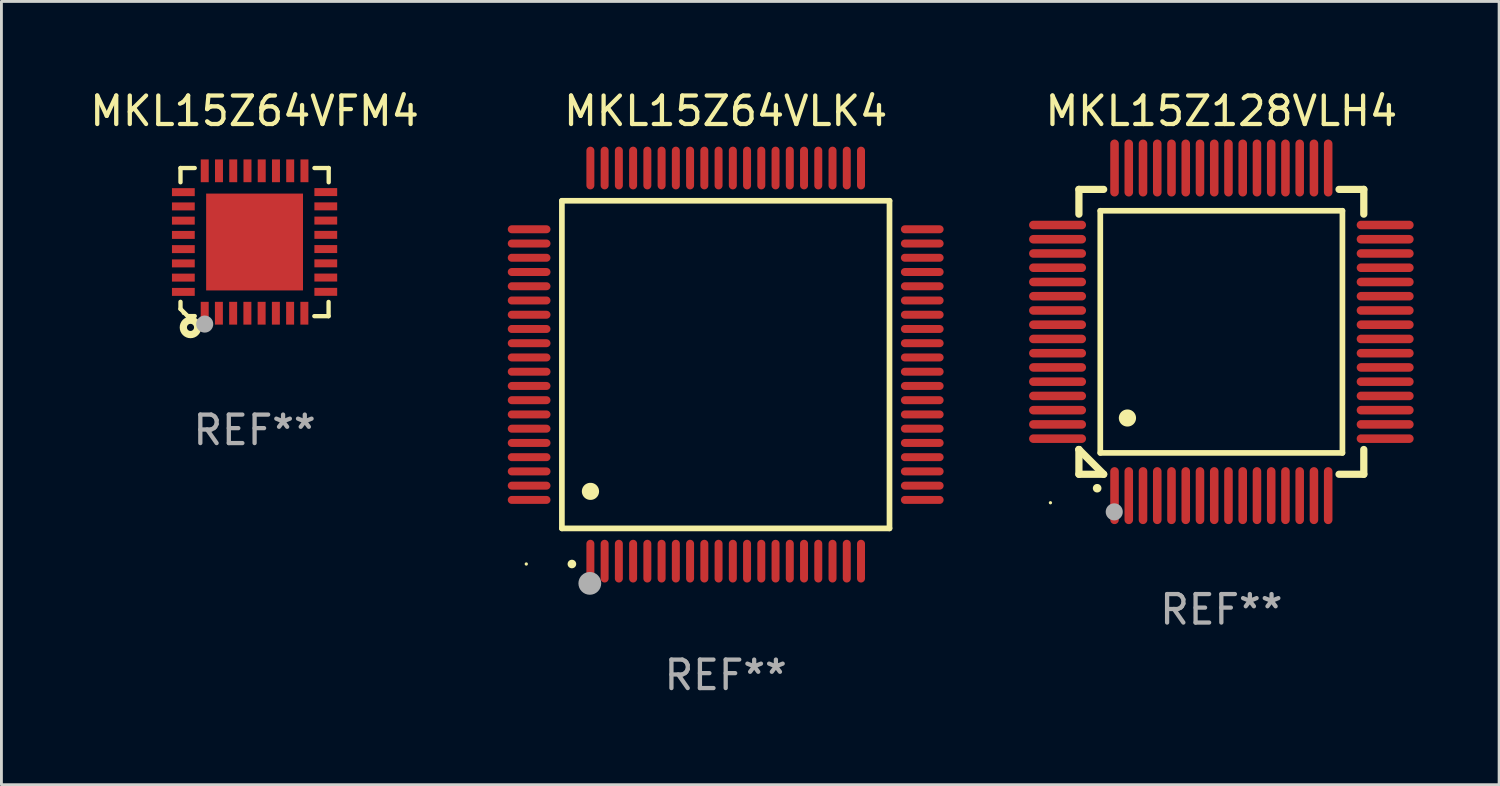
<source format=kicad_pcb>
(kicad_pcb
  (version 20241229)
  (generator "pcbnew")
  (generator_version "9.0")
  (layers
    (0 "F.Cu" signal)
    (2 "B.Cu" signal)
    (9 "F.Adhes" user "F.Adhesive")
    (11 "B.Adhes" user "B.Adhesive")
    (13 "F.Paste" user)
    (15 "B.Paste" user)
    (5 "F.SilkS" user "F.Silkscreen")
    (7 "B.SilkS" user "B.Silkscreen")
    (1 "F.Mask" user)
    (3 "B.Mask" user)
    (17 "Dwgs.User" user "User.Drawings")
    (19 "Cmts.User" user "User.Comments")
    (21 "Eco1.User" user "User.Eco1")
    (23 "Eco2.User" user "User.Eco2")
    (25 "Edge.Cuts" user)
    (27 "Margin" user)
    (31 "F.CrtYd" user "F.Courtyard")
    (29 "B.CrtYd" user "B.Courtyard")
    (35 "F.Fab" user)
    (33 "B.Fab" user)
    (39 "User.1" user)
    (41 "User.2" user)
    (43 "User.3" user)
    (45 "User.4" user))
  (footprint "MKL15Z128VLH4"
    (layer "F.Cu")
    (at 39.823 8.598)
    (property "Reference" "MKL15Z128VLH4" (at 0 -7.75 0) (layer "F.SilkS") (effects (font (size 1 1) (thickness 0.15))))
    (attr through_hole)
    (fp_line (start -5 -5) (end -4.131 -5) (stroke (width 0.254) (type solid)) (layer "F.SilkS"))
    (fp_line (start -5 -4.131) (end -5 -5) (stroke (width 0.254) (type solid)) (layer "F.SilkS"))
    (fp_line (start -5 4.131) (end -5 4.131) (stroke (width 0.254) (type solid)) (layer "F.SilkS"))
    (fp_line (start -5 5) (end -5 4.131) (stroke (width 0.254) (type solid)) (layer "F.SilkS"))
    (fp_line (start -5 4.131) (end -4.131 5) (stroke (width 0.254) (type solid)) (layer "F.SilkS"))
    (fp_line (start -4.25 -4.25) (end -4.25 4.25) (stroke (width 0.2) (type solid)) (layer "F.SilkS"))
    (fp_line (start -4.25 4.25) (end 4.25 4.25) (stroke (width 0.2) (type solid)) (layer "F.SilkS"))
    (fp_line (start -4.131 5) (end -5 5) (stroke (width 0.254) (type solid)) (layer "F.SilkS"))
    (fp_line (start 4.25 -4.25) (end -4.25 -4.25) (stroke (width 0.2) (type solid)) (layer "F.SilkS"))
    (fp_line (start 4.25 4.25) (end 4.25 -4.25) (stroke (width 0.2) (type solid)) (layer "F.SilkS"))
    (fp_line (start 5 -5) (end 4.131 -5) (stroke (width 0.254) (type solid)) (layer "F.SilkS"))
    (fp_line (start 5 -5) (end 5 -4.131) (stroke (width 0.254) (type solid)) (layer "F.SilkS"))
    (fp_line (start 5 4.131) (end 5 5) (stroke (width 0.254) (type solid)) (layer "F.SilkS"))
    (fp_line (start 5 5) (end 4.131 5) (stroke (width 0.254) (type solid)) (layer "F.SilkS"))
    (fp_arc (start -4.361265 5.489992) (mid -4.359995 5.489987) (end -4.358725 5.489992) (stroke (width 0.3) (type solid)) (layer "F.SilkS"))
    (fp_arc (start -3.299467 3.025146) (mid -3.296927 3.025135) (end -3.294387 3.025146) (stroke (width 0.6) (type solid)) (layer "F.SilkS"))
    (fp_circle (center -6 6) (end -5.97 6) (stroke (width 0.06) (type solid)) (fill no) (layer "F.SilkS"))
    (fp_circle (center -3.76 6.32) (end -3.61 6.32) (stroke (width 0.3) (type solid)) (fill no) (layer "F.Fab"))
    (fp_text user "REF**" (at 0 9.75 0) (layer "F.Fab") (effects (font (size 1 1) (thickness 0.15))))
    (pad "1" smd oval (at -3.75 5.75) (size 0.3 2) (layers "F.Cu" "F.Mask" "F.Paste"))
    (pad "2" smd oval (at -3.25 5.75) (size 0.3 2) (layers "F.Cu" "F.Mask" "F.Paste"))
    (pad "3" smd oval (at -2.75 5.75) (size 0.3 2) (layers "F.Cu" "F.Mask" "F.Paste"))
    (pad "4" smd oval (at -2.25 5.75) (size 0.3 2) (layers "F.Cu" "F.Mask" "F.Paste"))
    (pad "5" smd oval (at -1.75 5.75) (size 0.3 2) (layers "F.Cu" "F.Mask" "F.Paste"))
    (pad "6" smd oval (at -1.25 5.75) (size 0.3 2) (layers "F.Cu" "F.Mask" "F.Paste"))
    (pad "7" smd oval (at -0.75 5.75) (size 0.3 2) (layers "F.Cu" "F.Mask" "F.Paste"))
    (pad "8" smd oval (at -0.25 5.75) (size 0.3 2) (layers "F.Cu" "F.Mask" "F.Paste"))
    (pad "9" smd oval (at 0.25 5.75) (size 0.3 2) (layers "F.Cu" "F.Mask" "F.Paste"))
    (pad "10" smd oval (at 0.75 5.75) (size 0.3 2) (layers "F.Cu" "F.Mask" "F.Paste"))
    (pad "11" smd oval (at 1.25 5.75) (size 0.3 2) (layers "F.Cu" "F.Mask" "F.Paste"))
    (pad "12" smd oval (at 1.75 5.75) (size 0.3 2) (layers "F.Cu" "F.Mask" "F.Paste"))
    (pad "13" smd oval (at 2.25 5.75) (size 0.3 2) (layers "F.Cu" "F.Mask" "F.Paste"))
    (pad "14" smd oval (at 2.75 5.75) (size 0.3 2) (layers "F.Cu" "F.Mask" "F.Paste"))
    (pad "15" smd oval (at 3.25 5.75) (size 0.3 2) (layers "F.Cu" "F.Mask" "F.Paste"))
    (pad "16" smd oval (at 3.75 5.75) (size 0.3 2) (layers "F.Cu" "F.Mask" "F.Paste"))
    (pad "17" smd oval (at 5.75 3.75) (size 2 0.3) (layers "F.Cu" "F.Mask" "F.Paste"))
    (pad "18" smd oval (at 5.75 3.25) (size 2 0.3) (layers "F.Cu" "F.Mask" "F.Paste"))
    (pad "19" smd oval (at 5.75 2.75) (size 2 0.3) (layers "F.Cu" "F.Mask" "F.Paste"))
    (pad "20" smd oval (at 5.75 2.25) (size 2 0.3) (layers "F.Cu" "F.Mask" "F.Paste"))
    (pad "21" smd oval (at 5.75 1.75) (size 2 0.3) (layers "F.Cu" "F.Mask" "F.Paste"))
    (pad "22" smd oval (at 5.75 1.25) (size 2 0.3) (layers "F.Cu" "F.Mask" "F.Paste"))
    (pad "23" smd oval (at 5.75 0.75) (size 2 0.3) (layers "F.Cu" "F.Mask" "F.Paste"))
    (pad "24" smd oval (at 5.75 0.25) (size 2 0.3) (layers "F.Cu" "F.Mask" "F.Paste"))
    (pad "25" smd oval (at 5.75 -0.25) (size 2 0.3) (layers "F.Cu" "F.Mask" "F.Paste"))
    (pad "26" smd oval (at 5.75 -0.75) (size 2 0.3) (layers "F.Cu" "F.Mask" "F.Paste"))
    (pad "27" smd oval (at 5.75 -1.25) (size 2 0.3) (layers "F.Cu" "F.Mask" "F.Paste"))
    (pad "28" smd oval (at 5.75 -1.75) (size 2 0.3) (layers "F.Cu" "F.Mask" "F.Paste"))
    (pad "29" smd oval (at 5.75 -2.25) (size 2 0.3) (layers "F.Cu" "F.Mask" "F.Paste"))
    (pad "30" smd oval (at 5.75 -2.75) (size 2 0.3) (layers "F.Cu" "F.Mask" "F.Paste"))
    (pad "31" smd oval (at 5.75 -3.25) (size 2 0.3) (layers "F.Cu" "F.Mask" "F.Paste"))
    (pad "32" smd oval (at 5.75 -3.75) (size 2 0.3) (layers "F.Cu" "F.Mask" "F.Paste"))
    (pad "33" smd oval (at 3.75 -5.75) (size 0.3 2) (layers "F.Cu" "F.Mask" "F.Paste"))
    (pad "34" smd oval (at 3.25 -5.75) (size 0.3 2) (layers "F.Cu" "F.Mask" "F.Paste"))
    (pad "35" smd oval (at 2.75 -5.75) (size 0.3 2) (layers "F.Cu" "F.Mask" "F.Paste"))
    (pad "36" smd oval (at 2.25 -5.75) (size 0.3 2) (layers "F.Cu" "F.Mask" "F.Paste"))
    (pad "37" smd oval (at 1.75 -5.75) (size 0.3 2) (layers "F.Cu" "F.Mask" "F.Paste"))
    (pad "38" smd oval (at 1.25 -5.75) (size 0.3 2) (layers "F.Cu" "F.Mask" "F.Paste"))
    (pad "39" smd oval (at 0.75 -5.75) (size 0.3 2) (layers "F.Cu" "F.Mask" "F.Paste"))
    (pad "40" smd oval (at 0.25 -5.75) (size 0.3 2) (layers "F.Cu" "F.Mask" "F.Paste"))
    (pad "41" smd oval (at -0.25 -5.75) (size 0.3 2) (layers "F.Cu" "F.Mask" "F.Paste"))
    (pad "42" smd oval (at -0.75 -5.75) (size 0.3 2) (layers "F.Cu" "F.Mask" "F.Paste"))
    (pad "43" smd oval (at -1.25 -5.75) (size 0.3 2) (layers "F.Cu" "F.Mask" "F.Paste"))
    (pad "44" smd oval (at -1.75 -5.75) (size 0.3 2) (layers "F.Cu" "F.Mask" "F.Paste"))
    (pad "45" smd oval (at -2.25 -5.75) (size 0.3 2) (layers "F.Cu" "F.Mask" "F.Paste"))
    (pad "46" smd oval (at -2.75 -5.75) (size 0.3 2) (layers "F.Cu" "F.Mask" "F.Paste"))
    (pad "47" smd oval (at -3.25 -5.75) (size 0.3 2) (layers "F.Cu" "F.Mask" "F.Paste"))
    (pad "48" smd oval (at -3.75 -5.75) (size 0.3 2) (layers "F.Cu" "F.Mask" "F.Paste"))
    (pad "49" smd oval (at -5.75 -3.75) (size 2 0.3) (layers "F.Cu" "F.Mask" "F.Paste"))
    (pad "50" smd oval (at -5.75 -3.25) (size 2 0.3) (layers "F.Cu" "F.Mask" "F.Paste"))
    (pad "51" smd oval (at -5.75 -2.75) (size 2 0.3) (layers "F.Cu" "F.Mask" "F.Paste"))
    (pad "52" smd oval (at -5.75 -2.25) (size 2 0.3) (layers "F.Cu" "F.Mask" "F.Paste"))
    (pad "53" smd oval (at -5.75 -1.75) (size 2 0.3) (layers "F.Cu" "F.Mask" "F.Paste"))
    (pad "54" smd oval (at -5.75 -1.25) (size 2 0.3) (layers "F.Cu" "F.Mask" "F.Paste"))
    (pad "55" smd oval (at -5.75 -0.75) (size 2 0.3) (layers "F.Cu" "F.Mask" "F.Paste"))
    (pad "56" smd oval (at -5.75 -0.25) (size 2 0.3) (layers "F.Cu" "F.Mask" "F.Paste"))
    (pad "57" smd oval (at -5.75 0.25) (size 2 0.3) (layers "F.Cu" "F.Mask" "F.Paste"))
    (pad "58" smd oval (at -5.75 0.75) (size 2 0.3) (layers "F.Cu" "F.Mask" "F.Paste"))
    (pad "59" smd oval (at -5.75 1.25) (size 2 0.3) (layers "F.Cu" "F.Mask" "F.Paste"))
    (pad "60" smd oval (at -5.75 1.75) (size 2 0.3) (layers "F.Cu" "F.Mask" "F.Paste"))
    (pad "61" smd oval (at -5.75 2.25) (size 2 0.3) (layers "F.Cu" "F.Mask" "F.Paste"))
    (pad "62" smd oval (at -5.75 2.75) (size 2 0.3) (layers "F.Cu" "F.Mask" "F.Paste"))
    (pad "63" smd oval (at -5.75 3.25) (size 2 0.3) (layers "F.Cu" "F.Mask" "F.Paste"))
    (pad "64" smd oval (at -5.75 3.75) (size 2 0.3) (layers "F.Cu" "F.Mask" "F.Paste")))
  (footprint "MKL15Z64VFM4"
    (layer "F.Cu")
    (at 5.887 5.448)
    (property "Reference" "MKL15Z64VFM4" (at 0 -4.6 0) (layer "F.SilkS") (effects (font (size 1 1) (thickness 0.15))))
    (attr through_hole)
    (fp_line (start -2.601 2.097) (end -2.601 2.347) (stroke (width 0.152) (type solid)) (layer "F.SilkS"))
    (fp_line (start -2.601 2.347) (end -2.351 2.597) (stroke (width 0.152) (type solid)) (layer "F.SilkS"))
    (fp_line (start -2.601 -2.6) (end -2.601 -2.1) (stroke (width 0.152) (type solid)) (layer "F.SilkS"))
    (fp_line (start -2.601 -2.6) (end -2.101 -2.6) (stroke (width 0.152) (type solid)) (layer "F.SilkS"))
    (fp_line (start -2.351 2.597) (end -2.101 2.597) (stroke (width 0.152) (type solid)) (layer "F.SilkS"))
    (fp_line (start 2.597 2.6) (end 2.097 2.6) (stroke (width 0.152) (type solid)) (layer "F.SilkS"))
    (fp_line (start 2.597 2.6) (end 2.597 2.1) (stroke (width 0.152) (type solid)) (layer "F.SilkS"))
    (fp_line (start 2.601 -2.6) (end 2.101 -2.6) (stroke (width 0.152) (type solid)) (layer "F.SilkS"))
    (fp_line (start 2.601 -2.6) (end 2.601 -2.1) (stroke (width 0.152) (type solid)) (layer "F.SilkS"))
    (fp_circle (center -2.501 2.497) (end -2.471 2.497) (stroke (width 0.06) (type solid)) (fill no) (layer "F.SilkS"))
    (fp_circle (center -2.25 2.995) (end -2.125 2.995) (stroke (width 0.254) (type solid)) (fill no) (layer "F.SilkS"))
    (fp_circle (center -1.751 2.878) (end -1.601 2.878) (stroke (width 0.3) (type solid)) (fill no) (layer "F.Fab"))
    (fp_text user "REF**" (at 0 6.6 0) (layer "F.Fab") (effects (font (size 1 1) (thickness 0.15))))
    (pad "1" smd rect (at -1.751 2.497) (size 0.28 0.8) (layers "F.Cu" "F.Mask" "F.Paste"))
    (pad "2" smd rect (at -1.253 2.497) (size 0.28 0.8) (layers "F.Cu" "F.Mask" "F.Paste"))
    (pad "3" smd rect (at -0.753 2.497) (size 0.28 0.8) (layers "F.Cu" "F.Mask" "F.Paste"))
    (pad "4" smd rect (at -0.253 2.497) (size 0.28 0.8) (layers "F.Cu" "F.Mask" "F.Paste"))
    (pad "5" smd rect (at 0.247 2.497) (size 0.28 0.8) (layers "F.Cu" "F.Mask" "F.Paste"))
    (pad "6" smd rect (at 0.747 2.497) (size 0.28 0.8) (layers "F.Cu" "F.Mask" "F.Paste"))
    (pad "7" smd rect (at 1.247 2.497) (size 0.28 0.8) (layers "F.Cu" "F.Mask" "F.Paste"))
    (pad "8" smd rect (at 1.747 2.497) (size 0.28 0.8) (layers "F.Cu" "F.Mask" "F.Paste"))
    (pad "9" smd rect (at 2.499 1.746) (size 0.8 0.28) (layers "F.Cu" "F.Mask" "F.Paste"))
    (pad "10" smd rect (at 2.499 1.245) (size 0.8 0.28) (layers "F.Cu" "F.Mask" "F.Paste"))
    (pad "11" smd rect (at 2.499 0.746) (size 0.8 0.28) (layers "F.Cu" "F.Mask" "F.Paste"))
    (pad "12" smd rect (at 2.499 0.245) (size 0.8 0.28) (layers "F.Cu" "F.Mask" "F.Paste"))
    (pad "13" smd rect (at 2.499 -0.254) (size 0.8 0.28) (layers "F.Cu" "F.Mask" "F.Paste"))
    (pad "14" smd rect (at 2.499 -0.755) (size 0.8 0.28) (layers "F.Cu" "F.Mask" "F.Paste"))
    (pad "15" smd rect (at 2.499 -1.254) (size 0.8 0.28) (layers "F.Cu" "F.Mask" "F.Paste"))
    (pad "16" smd rect (at 2.499 -1.755) (size 0.8 0.28) (layers "F.Cu" "F.Mask" "F.Paste"))
    (pad "17" smd rect (at 1.75 -2.502) (size 0.28 0.8) (layers "F.Cu" "F.Mask" "F.Paste"))
    (pad "18" smd rect (at 1.25 -2.502) (size 0.28 0.8) (layers "F.Cu" "F.Mask" "F.Paste"))
    (pad "19" smd rect (at 0.75 -2.502) (size 0.28 0.8) (layers "F.Cu" "F.Mask" "F.Paste"))
    (pad "20" smd rect (at 0.25 -2.502) (size 0.28 0.8) (layers "F.Cu" "F.Mask" "F.Paste"))
    (pad "21" smd rect (at -0.25 -2.502) (size 0.28 0.8) (layers "F.Cu" "F.Mask" "F.Paste"))
    (pad "22" smd rect (at -0.75 -2.502) (size 0.28 0.8) (layers "F.Cu" "F.Mask" "F.Paste"))
    (pad "23" smd rect (at -1.25 -2.502) (size 0.28 0.8) (layers "F.Cu" "F.Mask" "F.Paste"))
    (pad "24" smd rect (at -1.75 -2.502) (size 0.28 0.8) (layers "F.Cu" "F.Mask" "F.Paste"))
    (pad "25" smd rect (at -2.501 -1.753) (size 0.8 0.28) (layers "F.Cu" "F.Mask" "F.Paste"))
    (pad "26" smd rect (at -2.501 -1.252) (size 0.8 0.28) (layers "F.Cu" "F.Mask" "F.Paste"))
    (pad "27" smd rect (at -2.501 -0.753) (size 0.8 0.28) (layers "F.Cu" "F.Mask" "F.Paste"))
    (pad "28" smd rect (at -2.501 -0.252) (size 0.8 0.28) (layers "F.Cu" "F.Mask" "F.Paste"))
    (pad "29" smd rect (at -2.501 0.247) (size 0.8 0.28) (layers "F.Cu" "F.Mask" "F.Paste"))
    (pad "30" smd rect (at -2.501 0.748) (size 0.8 0.28) (layers "F.Cu" "F.Mask" "F.Paste"))
    (pad "31" smd rect (at -2.501 1.247) (size 0.8 0.28) (layers "F.Cu" "F.Mask" "F.Paste"))
    (pad "32" smd rect (at -2.501 1.748) (size 0.8 0.28) (layers "F.Cu" "F.Mask" "F.Paste"))
    (pad "33" smd rect (at -0.001 -0.003 180) (size 3.4 3.4) (layers "F.Cu" "F.Mask" "F.Paste")))
  (footprint "MKL15Z64VLK4"
    (layer "F.Cu")
    (at 22.424 9.748)
    (property "Reference" "MKL15Z64VLK4" (at 0 -8.9 0) (layer "F.SilkS") (effects (font (size 1 1) (thickness 0.15))))
    (attr through_hole)
    (fp_line (start -5.75 -5.75) (end 5.75 -5.75) (stroke (width 0.2) (type solid)) (layer "F.SilkS"))
    (fp_line (start -5.75 5.75) (end -5.75 -5.75) (stroke (width 0.2) (type solid)) (layer "F.SilkS"))
    (fp_line (start 5.75 -5.75) (end 5.75 5.75) (stroke (width 0.2) (type solid)) (layer "F.SilkS"))
    (fp_line (start 5.75 5.75) (end -5.75 5.75) (stroke (width 0.2) (type solid)) (layer "F.SilkS"))
    (fp_arc (start -5.400051 7.000254) (mid -5.398781 7.000249) (end -5.397511 7.000254) (stroke (width 0.3) (type solid)) (layer "F.SilkS"))
    (fp_arc (start -4.749809 4.450089) (mid -4.747269 4.450078) (end -4.744729 4.450089) (stroke (width 0.6) (type solid)) (layer "F.SilkS"))
    (fp_circle (center -7 7) (end -6.97 7) (stroke (width 0.06) (type solid)) (fill no) (layer "F.SilkS"))
    (fp_circle (center -4.77 7.68) (end -4.57 7.68) (stroke (width 0.4) (type solid)) (fill no) (layer "F.Fab"))
    (fp_text user "REF**" (at 0 10.9 0) (layer "F.Fab") (effects (font (size 1 1) (thickness 0.15))))
    (pad "1" smd oval (at -4.75 6.9) (size 0.28 1.5) (layers "F.Cu" "F.Mask" "F.Paste"))
    (pad "2" smd oval (at -4.25 6.9) (size 0.28 1.5) (layers "F.Cu" "F.Mask" "F.Paste"))
    (pad "3" smd oval (at -3.75 6.9) (size 0.28 1.5) (layers "F.Cu" "F.Mask" "F.Paste"))
    (pad "4" smd oval (at -3.25 6.9) (size 0.28 1.5) (layers "F.Cu" "F.Mask" "F.Paste"))
    (pad "5" smd oval (at -2.75 6.9) (size 0.28 1.5) (layers "F.Cu" "F.Mask" "F.Paste"))
    (pad "6" smd oval (at -2.25 6.9) (size 0.28 1.5) (layers "F.Cu" "F.Mask" "F.Paste"))
    (pad "7" smd oval (at -1.75 6.9) (size 0.28 1.5) (layers "F.Cu" "F.Mask" "F.Paste"))
    (pad "8" smd oval (at -1.25 6.9) (size 0.28 1.5) (layers "F.Cu" "F.Mask" "F.Paste"))
    (pad "9" smd oval (at -0.75 6.9) (size 0.28 1.5) (layers "F.Cu" "F.Mask" "F.Paste"))
    (pad "10" smd oval (at -0.25 6.9) (size 0.28 1.5) (layers "F.Cu" "F.Mask" "F.Paste"))
    (pad "11" smd oval (at 0.25 6.9) (size 0.28 1.5) (layers "F.Cu" "F.Mask" "F.Paste"))
    (pad "12" smd oval (at 0.75 6.9) (size 0.28 1.5) (layers "F.Cu" "F.Mask" "F.Paste"))
    (pad "13" smd oval (at 1.25 6.9) (size 0.28 1.5) (layers "F.Cu" "F.Mask" "F.Paste"))
    (pad "14" smd oval (at 1.75 6.9) (size 0.28 1.5) (layers "F.Cu" "F.Mask" "F.Paste"))
    (pad "15" smd oval (at 2.25 6.9) (size 0.28 1.5) (layers "F.Cu" "F.Mask" "F.Paste"))
    (pad "16" smd oval (at 2.75 6.9) (size 0.28 1.5) (layers "F.Cu" "F.Mask" "F.Paste"))
    (pad "17" smd oval (at 3.25 6.9) (size 0.28 1.5) (layers "F.Cu" "F.Mask" "F.Paste"))
    (pad "18" smd oval (at 3.75 6.9) (size 0.28 1.5) (layers "F.Cu" "F.Mask" "F.Paste"))
    (pad "19" smd oval (at 4.25 6.9) (size 0.28 1.5) (layers "F.Cu" "F.Mask" "F.Paste"))
    (pad "20" smd oval (at 4.75 6.9) (size 0.28 1.5) (layers "F.Cu" "F.Mask" "F.Paste"))
    (pad "21" smd oval (at 6.9 4.75) (size 1.5 0.28) (layers "F.Cu" "F.Mask" "F.Paste"))
    (pad "22" smd oval (at 6.9 4.25) (size 1.5 0.28) (layers "F.Cu" "F.Mask" "F.Paste"))
    (pad "23" smd oval (at 6.9 3.75) (size 1.5 0.28) (layers "F.Cu" "F.Mask" "F.Paste"))
    (pad "24" smd oval (at 6.9 3.25) (size 1.5 0.28) (layers "F.Cu" "F.Mask" "F.Paste"))
    (pad "25" smd oval (at 6.9 2.75) (size 1.5 0.28) (layers "F.Cu" "F.Mask" "F.Paste"))
    (pad "26" smd oval (at 6.9 2.25) (size 1.5 0.28) (layers "F.Cu" "F.Mask" "F.Paste"))
    (pad "27" smd oval (at 6.9 1.75) (size 1.5 0.28) (layers "F.Cu" "F.Mask" "F.Paste"))
    (pad "28" smd oval (at 6.9 1.25) (size 1.5 0.28) (layers "F.Cu" "F.Mask" "F.Paste"))
    (pad "29" smd oval (at 6.9 0.75) (size 1.5 0.28) (layers "F.Cu" "F.Mask" "F.Paste"))
    (pad "30" smd oval (at 6.9 0.25) (size 1.5 0.28) (layers "F.Cu" "F.Mask" "F.Paste"))
    (pad "31" smd oval (at 6.9 -0.25) (size 1.5 0.28) (layers "F.Cu" "F.Mask" "F.Paste"))
    (pad "32" smd oval (at 6.9 -0.75) (size 1.5 0.28) (layers "F.Cu" "F.Mask" "F.Paste"))
    (pad "33" smd oval (at 6.9 -1.25) (size 1.5 0.28) (layers "F.Cu" "F.Mask" "F.Paste"))
    (pad "34" smd oval (at 6.9 -1.75) (size 1.5 0.28) (layers "F.Cu" "F.Mask" "F.Paste"))
    (pad "35" smd oval (at 6.9 -2.25) (size 1.5 0.28) (layers "F.Cu" "F.Mask" "F.Paste"))
    (pad "36" smd oval (at 6.9 -2.75) (size 1.5 0.28) (layers "F.Cu" "F.Mask" "F.Paste"))
    (pad "37" smd oval (at 6.9 -3.25) (size 1.5 0.28) (layers "F.Cu" "F.Mask" "F.Paste"))
    (pad "38" smd oval (at 6.9 -3.75) (size 1.5 0.28) (layers "F.Cu" "F.Mask" "F.Paste"))
    (pad "39" smd oval (at 6.9 -4.25) (size 1.5 0.28) (layers "F.Cu" "F.Mask" "F.Paste"))
    (pad "40" smd oval (at 6.9 -4.75) (size 1.5 0.28) (layers "F.Cu" "F.Mask" "F.Paste"))
    (pad "41" smd oval (at 4.75 -6.9) (size 0.28 1.5) (layers "F.Cu" "F.Mask" "F.Paste"))
    (pad "42" smd oval (at 4.25 -6.9) (size 0.28 1.5) (layers "F.Cu" "F.Mask" "F.Paste"))
    (pad "43" smd oval (at 3.75 -6.9) (size 0.28 1.5) (layers "F.Cu" "F.Mask" "F.Paste"))
    (pad "44" smd oval (at 3.25 -6.9) (size 0.28 1.5) (layers "F.Cu" "F.Mask" "F.Paste"))
    (pad "45" smd oval (at 2.75 -6.9) (size 0.28 1.5) (layers "F.Cu" "F.Mask" "F.Paste"))
    (pad "46" smd oval (at 2.25 -6.9) (size 0.28 1.5) (layers "F.Cu" "F.Mask" "F.Paste"))
    (pad "47" smd oval (at 1.75 -6.9) (size 0.28 1.5) (layers "F.Cu" "F.Mask" "F.Paste"))
    (pad "48" smd oval (at 1.25 -6.9) (size 0.28 1.5) (layers "F.Cu" "F.Mask" "F.Paste"))
    (pad "49" smd oval (at 0.75 -6.9) (size 0.28 1.5) (layers "F.Cu" "F.Mask" "F.Paste"))
    (pad "50" smd oval (at 0.25 -6.9) (size 0.28 1.5) (layers "F.Cu" "F.Mask" "F.Paste"))
    (pad "51" smd oval (at -0.25 -6.9) (size 0.28 1.5) (layers "F.Cu" "F.Mask" "F.Paste"))
    (pad "52" smd oval (at -0.75 -6.9) (size 0.28 1.5) (layers "F.Cu" "F.Mask" "F.Paste"))
    (pad "53" smd oval (at -1.25 -6.9) (size 0.28 1.5) (layers "F.Cu" "F.Mask" "F.Paste"))
    (pad "54" smd oval (at -1.75 -6.9) (size 0.28 1.5) (layers "F.Cu" "F.Mask" "F.Paste"))
    (pad "55" smd oval (at -2.25 -6.9) (size 0.28 1.5) (layers "F.Cu" "F.Mask" "F.Paste"))
    (pad "56" smd oval (at -2.75 -6.9) (size 0.28 1.5) (layers "F.Cu" "F.Mask" "F.Paste"))
    (pad "57" smd oval (at -3.25 -6.9) (size 0.28 1.5) (layers "F.Cu" "F.Mask" "F.Paste"))
    (pad "58" smd oval (at -3.75 -6.9) (size 0.28 1.5) (layers "F.Cu" "F.Mask" "F.Paste"))
    (pad "59" smd oval (at -4.25 -6.9) (size 0.28 1.5) (layers "F.Cu" "F.Mask" "F.Paste"))
    (pad "60" smd oval (at -4.75 -6.9) (size 0.28 1.5) (layers "F.Cu" "F.Mask" "F.Paste"))
    (pad "61" smd oval (at -6.9 -4.75) (size 1.5 0.28) (layers "F.Cu" "F.Mask" "F.Paste"))
    (pad "62" smd oval (at -6.9 -4.25) (size 1.5 0.28) (layers "F.Cu" "F.Mask" "F.Paste"))
    (pad "63" smd oval (at -6.9 -3.75) (size 1.5 0.28) (layers "F.Cu" "F.Mask" "F.Paste"))
    (pad "64" smd oval (at -6.9 -3.25) (size 1.5 0.28) (layers "F.Cu" "F.Mask" "F.Paste"))
    (pad "65" smd oval (at -6.9 -2.75) (size 1.5 0.28) (layers "F.Cu" "F.Mask" "F.Paste"))
    (pad "66" smd oval (at -6.9 -2.25) (size 1.5 0.28) (layers "F.Cu" "F.Mask" "F.Paste"))
    (pad "67" smd oval (at -6.9 -1.75) (size 1.5 0.28) (layers "F.Cu" "F.Mask" "F.Paste"))
    (pad "68" smd oval (at -6.9 -1.25) (size 1.5 0.28) (layers "F.Cu" "F.Mask" "F.Paste"))
    (pad "69" smd oval (at -6.9 -0.75) (size 1.5 0.28) (layers "F.Cu" "F.Mask" "F.Paste"))
    (pad "70" smd oval (at -6.9 -0.25) (size 1.5 0.28) (layers "F.Cu" "F.Mask" "F.Paste"))
    (pad "71" smd oval (at -6.9 0.25) (size 1.5 0.28) (layers "F.Cu" "F.Mask" "F.Paste"))
    (pad "72" smd oval (at -6.9 0.75) (size 1.5 0.28) (layers "F.Cu" "F.Mask" "F.Paste"))
    (pad "73" smd oval (at -6.9 1.25) (size 1.5 0.28) (layers "F.Cu" "F.Mask" "F.Paste"))
    (pad "74" smd oval (at -6.9 1.75) (size 1.5 0.28) (layers "F.Cu" "F.Mask" "F.Paste"))
    (pad "75" smd oval (at -6.9 2.25) (size 1.5 0.28) (layers "F.Cu" "F.Mask" "F.Paste"))
    (pad "76" smd oval (at -6.9 2.75) (size 1.5 0.28) (layers "F.Cu" "F.Mask" "F.Paste"))
    (pad "77" smd oval (at -6.9 3.25) (size 1.5 0.28) (layers "F.Cu" "F.Mask" "F.Paste"))
    (pad "78" smd oval (at -6.9 3.75) (size 1.5 0.28) (layers "F.Cu" "F.Mask" "F.Paste"))
    (pad "79" smd oval (at -6.9 4.25) (size 1.5 0.28) (layers "F.Cu" "F.Mask" "F.Paste"))
    (pad "80" smd oval (at -6.9 4.75) (size 1.5 0.28) (layers "F.Cu" "F.Mask" "F.Paste")))
  (gr_rect
    (start -3 -3)
    (end 49.573 24.496)
    (stroke (width 0.1) (type default))
    (fill no)
    (layer "Edge.Cuts")))
</source>
